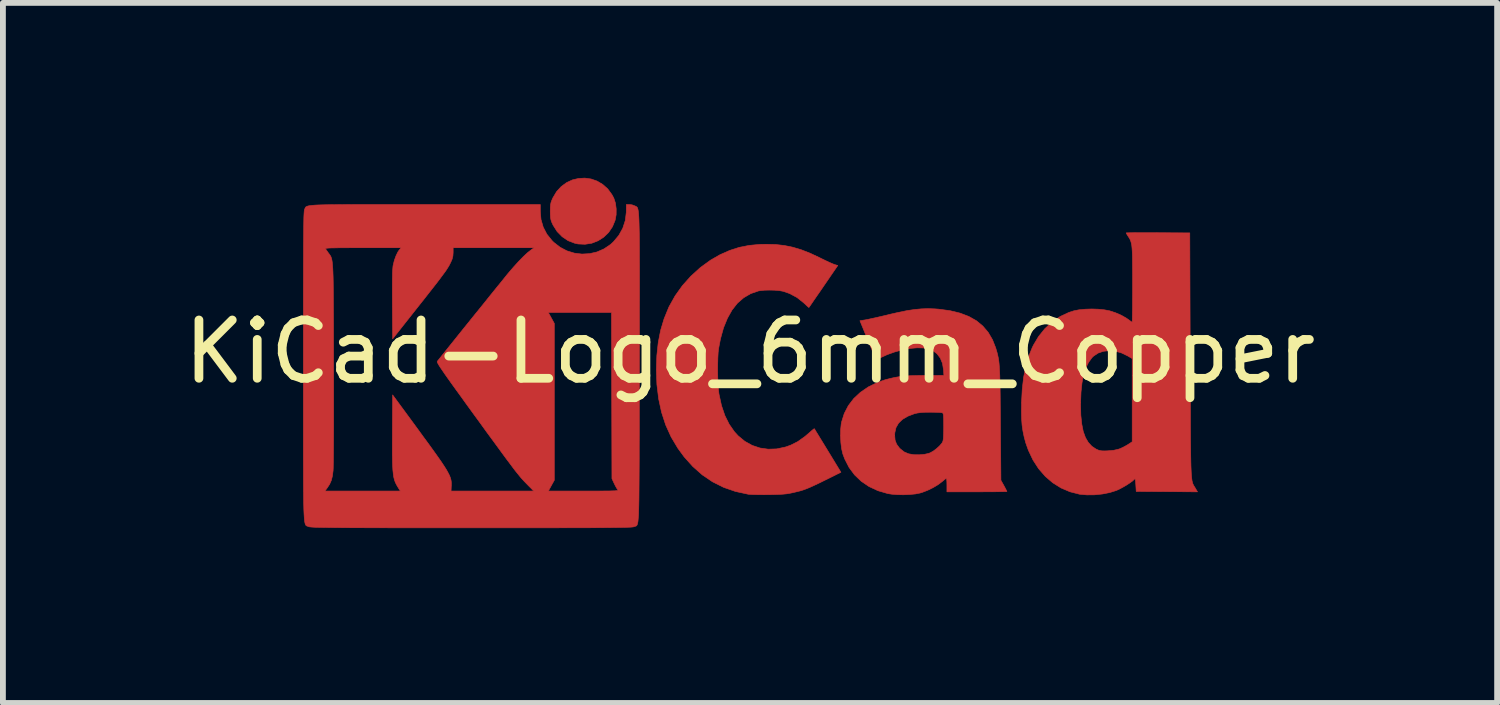
<source format=kicad_pcb>
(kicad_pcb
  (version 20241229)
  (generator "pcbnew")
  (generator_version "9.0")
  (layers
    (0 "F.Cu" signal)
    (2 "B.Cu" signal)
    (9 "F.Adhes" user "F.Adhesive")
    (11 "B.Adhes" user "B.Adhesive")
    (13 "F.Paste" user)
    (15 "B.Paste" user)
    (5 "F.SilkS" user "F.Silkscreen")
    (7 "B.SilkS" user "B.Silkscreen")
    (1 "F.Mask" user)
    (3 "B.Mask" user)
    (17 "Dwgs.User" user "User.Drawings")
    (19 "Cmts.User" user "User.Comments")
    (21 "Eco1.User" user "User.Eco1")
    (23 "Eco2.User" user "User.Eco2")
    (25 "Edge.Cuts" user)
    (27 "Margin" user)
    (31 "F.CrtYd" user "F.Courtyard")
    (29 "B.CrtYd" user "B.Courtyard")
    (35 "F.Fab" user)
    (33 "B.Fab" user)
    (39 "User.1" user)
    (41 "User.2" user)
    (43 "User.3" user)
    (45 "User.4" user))
  (footprint "KiCad-Logo_6mm_Copper"
    (layer "F.Cu")
    (at 9.815 2.984)
    (property "Reference" "KiCad-Logo_6mm_Copper" (at 0 0 0) (layer "F.SilkS") (effects (font (size 1 1) (thickness 0.15))))
    (attr exclude_from_pos_files exclude_from_bom)
    (fp_poly (pts (xy -2.726 -2.964) (xy -2.623 -2.928) (xy -2.527 -2.871) (xy -2.441 -2.795) (xy -2.369 -2.697) (xy -2.336 -2.636) (xy -2.308 -2.55) (xy -2.295 -2.451) (xy -2.296 -2.35) (xy -2.313 -2.257) (xy -2.359 -2.145) (xy -2.425 -2.047) (xy -2.509 -1.966) (xy -2.606 -1.904) (xy -2.714 -1.862) (xy -2.829 -1.844) (xy -2.948 -1.849) (xy -3.007 -1.862) (xy -3.121 -1.906) (xy -3.222 -1.974) (xy -3.309 -2.063) (xy -3.377 -2.171) (xy -3.383 -2.183) (xy -3.403 -2.227) (xy -3.415 -2.265) (xy -3.422 -2.304) (xy -3.425 -2.355) (xy -3.426 -2.41) (xy -3.425 -2.476) (xy -3.421 -2.523) (xy -3.413 -2.562) (xy -3.399 -2.6) (xy -3.382 -2.639) (xy -3.318 -2.747) (xy -3.238 -2.834) (xy -3.147 -2.901) (xy -3.047 -2.948) (xy -2.941 -2.973) (xy -2.833 -2.979) (xy -2.726 -2.964)) (stroke (width 0.01) (type solid)) (fill yes) (layer "F.Cu"))
    (fp_poly (pts (xy 0.44 -1.84) (xy 0.588 -1.823) (xy 0.731 -1.794) (xy 0.876 -1.751) (xy 1.028 -1.692) (xy 1.192 -1.615) (xy 1.222 -1.6) (xy 1.29 -1.567) (xy 1.354 -1.537) (xy 1.408 -1.513) (xy 1.446 -1.498) (xy 1.451 -1.496) (xy 1.506 -1.48) (xy 1.26 -1.121) (xy 1.2 -1.033) (xy 1.144 -0.953) (xy 1.096 -0.883) (xy 1.057 -0.826) (xy 1.029 -0.785) (xy 1.013 -0.763) (xy 1.011 -0.759) (xy 1 -0.767) (xy 0.975 -0.789) (xy 0.939 -0.823) (xy 0.919 -0.841) (xy 0.806 -0.931) (xy 0.679 -0.999) (xy 0.57 -1.037) (xy 0.504 -1.049) (xy 0.422 -1.056) (xy 0.333 -1.058) (xy 0.247 -1.056) (xy 0.173 -1.048) (xy 0.144 -1.043) (xy 0.011 -0.997) (xy -0.108 -0.927) (xy -0.215 -0.834) (xy -0.308 -0.716) (xy -0.387 -0.575) (xy -0.454 -0.411) (xy -0.506 -0.223) (xy -0.537 -0.062) (xy -0.546 0.009) (xy -0.551 0.101) (xy -0.554 0.207) (xy -0.555 0.32) (xy -0.553 0.435) (xy -0.548 0.544) (xy -0.542 0.64) (xy -0.533 0.718) (xy -0.531 0.73) (xy -0.489 0.923) (xy -0.431 1.094) (xy -0.357 1.243) (xy -0.267 1.372) (xy -0.203 1.442) (xy -0.089 1.536) (xy 0.037 1.606) (xy 0.172 1.651) (xy 0.313 1.671) (xy 0.459 1.666) (xy 0.608 1.634) (xy 0.696 1.603) (xy 0.818 1.542) (xy 0.943 1.453) (xy 1.013 1.393) (xy 1.053 1.358) (xy 1.084 1.332) (xy 1.101 1.32) (xy 1.104 1.32) (xy 1.112 1.332) (xy 1.132 1.366) (xy 1.163 1.416) (xy 1.203 1.482) (xy 1.251 1.56) (xy 1.304 1.647) (xy 1.334 1.696) (xy 1.56 2.067) (xy 1.278 2.207) (xy 1.176 2.257) (xy 1.093 2.296) (xy 1.025 2.327) (xy 0.966 2.351) (xy 0.911 2.371) (xy 0.855 2.388) (xy 0.794 2.403) (xy 0.735 2.417) (xy 0.682 2.428) (xy 0.627 2.437) (xy 0.565 2.443) (xy 0.488 2.447) (xy 0.394 2.45) (xy 0.33 2.451) (xy 0.238 2.452) (xy 0.151 2.451) (xy 0.073 2.45) (xy 0.01 2.447) (xy -0.032 2.444) (xy -0.034 2.443) (xy -0.25 2.396) (xy -0.452 2.326) (xy -0.642 2.231) (xy -0.818 2.112) (xy -0.98 1.969) (xy -1.129 1.803) (xy -1.238 1.654) (xy -1.353 1.461) (xy -1.446 1.256) (xy -1.517 1.038) (xy -1.567 0.807) (xy -1.597 0.56) (xy -1.606 0.309) (xy -1.598 0.066) (xy -1.574 -0.158) (xy -1.533 -0.368) (xy -1.474 -0.565) (xy -1.396 -0.756) (xy -1.387 -0.776) (xy -1.284 -0.96) (xy -1.159 -1.135) (xy -1.013 -1.298) (xy -0.851 -1.445) (xy -0.676 -1.572) (xy -0.514 -1.665) (xy -0.349 -1.738) (xy -0.185 -1.791) (xy -0.013 -1.825) (xy 0.171 -1.842) (xy 0.281 -1.844) (xy 0.44 -1.84)) (stroke (width 0.01) (type solid)) (fill yes) (layer "F.Cu"))
    (fp_poly (pts (xy 6.842 -2.043) (xy 6.959 -2.043) (xy 6.999 -2.042) (xy 7.544 -2.039) (xy 7.551 0.055) (xy 7.552 0.339) (xy 7.553 0.597) (xy 7.554 0.83) (xy 7.555 1.039) (xy 7.555 1.227) (xy 7.556 1.393) (xy 7.557 1.54) (xy 7.559 1.669) (xy 7.56 1.782) (xy 7.562 1.879) (xy 7.564 1.961) (xy 7.567 2.031) (xy 7.57 2.09) (xy 7.574 2.138) (xy 7.578 2.177) (xy 7.582 2.209) (xy 7.588 2.235) (xy 7.594 2.257) (xy 7.601 2.274) (xy 7.609 2.29) (xy 7.618 2.305) (xy 7.627 2.32) (xy 7.638 2.337) (xy 7.64 2.341) (xy 7.676 2.403) (xy 7.15 2.399) (xy 6.625 2.396) (xy 6.618 2.28) (xy 6.614 2.225) (xy 6.61 2.193) (xy 6.605 2.18) (xy 6.597 2.183) (xy 6.59 2.19) (xy 6.561 2.217) (xy 6.514 2.251) (xy 6.456 2.289) (xy 6.392 2.326) (xy 6.33 2.359) (xy 6.283 2.38) (xy 6.171 2.415) (xy 6.044 2.44) (xy 5.909 2.454) (xy 5.777 2.455) (xy 5.656 2.444) (xy 5.654 2.444) (xy 5.49 2.402) (xy 5.335 2.336) (xy 5.193 2.247) (xy 5.065 2.137) (xy 4.951 2.006) (xy 4.854 1.856) (xy 4.775 1.689) (xy 4.731 1.565) (xy 4.703 1.462) (xy 4.682 1.361) (xy 4.667 1.258) (xy 4.659 1.146) (xy 4.656 1.019) (xy 4.658 0.915) (xy 5.671 0.915) (xy 5.675 1.089) (xy 5.691 1.239) (xy 5.716 1.366) (xy 5.754 1.471) (xy 5.803 1.555) (xy 5.864 1.621) (xy 5.934 1.668) (xy 5.971 1.685) (xy 6.003 1.695) (xy 6.038 1.7) (xy 6.086 1.701) (xy 6.137 1.699) (xy 6.238 1.69) (xy 6.318 1.672) (xy 6.343 1.664) (xy 6.4 1.638) (xy 6.461 1.605) (xy 6.487 1.589) (xy 6.556 1.544) (xy 6.556 0.117) (xy 6.48 0.072) (xy 6.375 0.021) (xy 6.268 -0.01) (xy 6.162 -0.019) (xy 6.061 -0.008) (xy 5.97 0.023) (xy 5.893 0.075) (xy 5.868 0.099) (xy 5.808 0.181) (xy 5.759 0.279) (xy 5.721 0.396) (xy 5.695 0.533) (xy 5.678 0.692) (xy 5.671 0.876) (xy 5.671 0.915) (xy 4.658 0.915) (xy 4.658 0.872) (xy 4.67 0.646) (xy 4.693 0.442) (xy 4.729 0.258) (xy 4.777 0.089) (xy 4.839 -0.066) (xy 4.861 -0.112) (xy 4.95 -0.262) (xy 5.058 -0.396) (xy 5.182 -0.51) (xy 5.319 -0.604) (xy 5.468 -0.674) (xy 5.557 -0.703) (xy 5.644 -0.72) (xy 5.749 -0.73) (xy 5.863 -0.734) (xy 5.977 -0.73) (xy 6.083 -0.719) (xy 6.167 -0.703) (xy 6.268 -0.67) (xy 6.366 -0.628) (xy 6.451 -0.58) (xy 6.497 -0.548) (xy 6.528 -0.525) (xy 6.55 -0.51) (xy 6.555 -0.508) (xy 6.557 -0.521) (xy 6.558 -0.559) (xy 6.559 -0.619) (xy 6.561 -0.699) (xy 6.562 -0.795) (xy 6.562 -0.906) (xy 6.563 -1.027) (xy 6.563 -1.151) (xy 6.563 -1.31) (xy 6.562 -1.444) (xy 6.561 -1.555) (xy 6.56 -1.647) (xy 6.557 -1.721) (xy 6.553 -1.781) (xy 6.548 -1.829) (xy 6.54 -1.867) (xy 6.531 -1.898) (xy 6.52 -1.925) (xy 6.507 -1.949) (xy 6.49 -1.975) (xy 6.488 -1.978) (xy 6.467 -2.011) (xy 6.455 -2.034) (xy 6.453 -2.039) (xy 6.466 -2.04) (xy 6.504 -2.041) (xy 6.563 -2.042) (xy 6.642 -2.043) (xy 6.735 -2.043) (xy 6.842 -2.043)) (stroke (width 0.01) (type solid)) (fill yes) (layer "F.Cu"))
    (fp_poly (pts (xy 3.168 -0.736) (xy 3.236 -0.731) (xy 3.43 -0.705) (xy 3.603 -0.663) (xy 3.753 -0.606) (xy 3.884 -0.532) (xy 3.994 -0.441) (xy 4.086 -0.333) (xy 4.16 -0.206) (xy 4.214 -0.069) (xy 4.227 -0.025) (xy 4.239 0.016) (xy 4.249 0.057) (xy 4.258 0.099) (xy 4.266 0.145) (xy 4.272 0.196) (xy 4.277 0.257) (xy 4.281 0.327) (xy 4.285 0.411) (xy 4.287 0.509) (xy 4.29 0.624) (xy 4.292 0.759) (xy 4.293 0.915) (xy 4.295 1.095) (xy 4.296 1.236) (xy 4.304 2.204) (xy 4.356 2.297) (xy 4.38 2.342) (xy 4.398 2.377) (xy 4.407 2.395) (xy 4.407 2.396) (xy 4.394 2.398) (xy 4.356 2.399) (xy 4.297 2.4) (xy 4.22 2.401) (xy 4.127 2.402) (xy 4.021 2.402) (xy 3.906 2.403) (xy 3.892 2.403) (xy 3.378 2.403) (xy 3.378 2.286) (xy 3.377 2.233) (xy 3.374 2.193) (xy 3.371 2.171) (xy 3.369 2.169) (xy 3.356 2.178) (xy 3.328 2.2) (xy 3.291 2.231) (xy 3.29 2.231) (xy 3.224 2.281) (xy 3.14 2.331) (xy 3.048 2.376) (xy 2.957 2.411) (xy 2.918 2.423) (xy 2.838 2.439) (xy 2.741 2.448) (xy 2.635 2.453) (xy 2.528 2.451) (xy 2.43 2.443) (xy 2.362 2.432) (xy 2.194 2.383) (xy 2.042 2.312) (xy 1.909 2.222) (xy 1.794 2.112) (xy 1.699 1.984) (xy 1.625 1.839) (xy 1.592 1.751) (xy 1.572 1.665) (xy 1.559 1.562) (xy 1.553 1.451) (xy 1.553 1.435) (xy 2.482 1.435) (xy 2.489 1.517) (xy 2.515 1.586) (xy 2.562 1.649) (xy 2.581 1.668) (xy 2.645 1.718) (xy 2.72 1.75) (xy 2.81 1.766) (xy 2.904 1.767) (xy 2.994 1.759) (xy 3.062 1.744) (xy 3.092 1.733) (xy 3.145 1.703) (xy 3.202 1.66) (xy 3.254 1.612) (xy 3.293 1.566) (xy 3.303 1.549) (xy 3.311 1.526) (xy 3.317 1.488) (xy 3.32 1.433) (xy 3.322 1.357) (xy 3.323 1.284) (xy 3.322 1.199) (xy 3.321 1.138) (xy 3.319 1.096) (xy 3.315 1.07) (xy 3.309 1.055) (xy 3.301 1.048) (xy 3.299 1.046) (xy 3.276 1.043) (xy 3.233 1.04) (xy 3.173 1.038) (xy 3.104 1.037) (xy 3.089 1.037) (xy 2.997 1.038) (xy 2.925 1.043) (xy 2.869 1.051) (xy 2.822 1.062) (xy 2.706 1.106) (xy 2.615 1.16) (xy 2.548 1.225) (xy 2.504 1.302) (xy 2.484 1.391) (xy 2.482 1.435) (xy 1.553 1.435) (xy 1.554 1.342) (xy 1.564 1.245) (xy 1.571 1.205) (xy 1.617 1.059) (xy 1.687 0.924) (xy 1.78 0.802) (xy 1.895 0.695) (xy 2.03 0.603) (xy 2.183 0.528) (xy 2.313 0.482) (xy 2.401 0.459) (xy 2.484 0.44) (xy 2.569 0.426) (xy 2.661 0.416) (xy 2.765 0.41) (xy 2.888 0.407) (xy 2.998 0.406) (xy 3.326 0.405) (xy 3.319 0.307) (xy 3.302 0.2) (xy 3.264 0.108) (xy 3.207 0.033) (xy 3.134 -0.022) (xy 3.07 -0.048) (xy 2.977 -0.065) (xy 2.867 -0.068) (xy 2.745 -0.057) (xy 2.615 -0.033) (xy 2.483 0.003) (xy 2.354 0.049) (xy 2.261 0.092) (xy 2.216 0.114) (xy 2.181 0.129) (xy 2.164 0.135) (xy 2.163 0.135) (xy 2.157 0.121) (xy 2.142 0.086) (xy 2.119 0.032) (xy 2.09 -0.037) (xy 2.056 -0.118) (xy 2.022 -0.201) (xy 1.886 -0.532) (xy 1.983 -0.548) (xy 2.025 -0.556) (xy 2.088 -0.57) (xy 2.167 -0.587) (xy 2.257 -0.608) (xy 2.351 -0.63) (xy 2.389 -0.64) (xy 2.552 -0.677) (xy 2.694 -0.706) (xy 2.822 -0.725) (xy 2.939 -0.736) (xy 3.053 -0.74) (xy 3.168 -0.736)) (stroke (width 0.01) (type solid)) (fill yes) (layer "F.Cu"))
    (fp_poly (pts (xy -5.956 -2.526) (xy -5.691 -2.526) (xy -5.568 -2.526) (xy -3.597 -2.526) (xy -3.597 -2.41) (xy -3.585 -2.269) (xy -3.547 -2.138) (xy -3.485 -2.018) (xy -3.396 -1.907) (xy -3.366 -1.877) (xy -3.258 -1.793) (xy -3.14 -1.731) (xy -3.013 -1.692) (xy -2.883 -1.676) (xy -2.752 -1.683) (xy -2.625 -1.712) (xy -2.504 -1.765) (xy -2.393 -1.84) (xy -2.343 -1.886) (xy -2.25 -1.997) (xy -2.182 -2.12) (xy -2.139 -2.252) (xy -2.122 -2.392) (xy -2.122 -2.406) (xy -2.121 -2.526) (xy -2.068 -2.526) (xy -2.022 -2.52) (xy -1.979 -2.504) (xy -1.976 -2.503) (xy -1.966 -2.498) (xy -1.957 -2.494) (xy -1.949 -2.49) (xy -1.942 -2.485) (xy -1.935 -2.477) (xy -1.929 -2.467) (xy -1.924 -2.451) (xy -1.919 -2.43) (xy -1.915 -2.402) (xy -1.911 -2.366) (xy -1.908 -2.321) (xy -1.905 -2.266) (xy -1.903 -2.199) (xy -1.901 -2.12) (xy -1.899 -2.027) (xy -1.898 -1.919) (xy -1.897 -1.795) (xy -1.897 -1.654) (xy -1.896 -1.495) (xy -1.896 -1.317) (xy -1.896 -1.118) (xy -1.896 -0.897) (xy -1.897 -0.654) (xy -1.897 -0.386) (xy -1.897 -0.094) (xy -1.898 0.224) (xy -1.898 0.263) (xy -1.898 0.584) (xy -1.899 0.878) (xy -1.899 1.147) (xy -1.899 1.392) (xy -1.9 1.614) (xy -1.9 1.814) (xy -1.901 1.994) (xy -1.902 2.154) (xy -1.903 2.296) (xy -1.904 2.421) (xy -1.905 2.529) (xy -1.907 2.623) (xy -1.909 2.702) (xy -1.911 2.769) (xy -1.914 2.825) (xy -1.918 2.87) (xy -1.921 2.906) (xy -1.926 2.934) (xy -1.931 2.954) (xy -1.936 2.969) (xy -1.942 2.979) (xy -1.949 2.986) (xy -1.956 2.99) (xy -1.965 2.993) (xy -1.974 2.995) (xy -1.983 2.999) (xy -1.986 3) (xy -1.993 3.002) (xy -2.006 3.005) (xy -2.025 3.007) (xy -2.051 3.009) (xy -2.085 3.01) (xy -2.129 3.012) (xy -2.184 3.013) (xy -2.25 3.014) (xy -2.329 3.015) (xy -2.422 3.016) (xy -2.53 3.017) (xy -2.654 3.018) (xy -2.795 3.019) (xy -2.955 3.019) (xy -3.134 3.019) (xy -3.333 3.02) (xy -3.554 3.02) (xy -3.798 3.02) (xy -4.066 3.02) (xy -4.358 3.02) (xy -4.677 3.02) (xy -4.78 3.02) (xy -5.106 3.02) (xy -5.405 3.02) (xy -5.679 3.02) (xy -5.929 3.02) (xy -6.156 3.02) (xy -6.361 3.019) (xy -6.545 3.019) (xy -6.71 3.018) (xy -6.856 3.018) (xy -6.984 3.017) (xy -7.097 3.016) (xy -7.194 3.015) (xy -7.277 3.014) (xy -7.347 3.013) (xy -7.405 3.012) (xy -7.453 3.011) (xy -7.491 3.009) (xy -7.52 3.007) (xy -7.542 3.005) (xy -7.558 3.003) (xy -7.569 3.001) (xy -7.574 2.998) (xy -7.585 2.994) (xy -7.594 2.991) (xy -7.603 2.988) (xy -7.611 2.983) (xy -7.618 2.977) (xy -7.624 2.967) (xy -7.63 2.952) (xy -7.635 2.932) (xy -7.64 2.905) (xy -7.644 2.87) (xy -7.647 2.826) (xy -7.65 2.772) (xy -7.653 2.706) (xy -7.655 2.628) (xy -7.657 2.536) (xy -7.658 2.43) (xy -7.658 2.389) (xy -7.292 2.389) (xy -5.997 2.389) (xy -6.022 2.351) (xy -6.046 2.312) (xy -6.067 2.275) (xy -6.085 2.238) (xy -6.099 2.197) (xy -6.111 2.15) (xy -6.119 2.094) (xy -6.126 2.028) (xy -6.13 1.948) (xy -6.133 1.852) (xy -6.135 1.736) (xy -6.135 1.6) (xy -6.134 1.439) (xy -6.134 1.379) (xy -6.13 0.74) (xy -5.725 1.291) (xy -5.611 1.448) (xy -5.511 1.584) (xy -5.426 1.702) (xy -5.354 1.803) (xy -5.294 1.889) (xy -5.245 1.963) (xy -5.206 2.025) (xy -5.177 2.078) (xy -5.154 2.123) (xy -5.139 2.163) (xy -5.129 2.198) (xy -5.124 2.231) (xy -5.123 2.264) (xy -5.123 2.299) (xy -5.124 2.303) (xy -5.128 2.389) (xy -3.709 2.389) (xy -3.814 2.283) (xy -3.843 2.253) (xy -3.87 2.225) (xy -3.897 2.196) (xy -3.925 2.165) (xy -3.955 2.129) (xy -3.988 2.088) (xy -4.026 2.041) (xy -4.069 1.984) (xy -4.119 1.917) (xy -4.178 1.839) (xy -4.245 1.748) (xy -4.323 1.641) (xy -4.413 1.518) (xy -4.516 1.378) (xy -4.632 1.217) (xy -4.728 1.086) (xy -4.848 0.921) (xy -4.952 0.776) (xy -5.043 0.651) (xy -5.12 0.544) (xy -5.184 0.454) (xy -5.237 0.379) (xy -5.279 0.317) (xy -5.312 0.269) (xy -5.336 0.231) (xy -5.352 0.203) (xy -5.362 0.184) (xy -5.365 0.172) (xy -5.364 0.165) (xy -5.351 0.148) (xy -5.322 0.112) (xy -5.279 0.058) (xy -5.225 -0.01) (xy -5.16 -0.091) (xy -5.086 -0.183) (xy -5.006 -0.283) (xy -4.921 -0.389) (xy -4.832 -0.499) (xy -4.742 -0.611) (xy -4.692 -0.673) (xy -3.459 -0.673) (xy -3.408 -0.58) (xy -3.357 -0.487) (xy -3.357 2.204) (xy -3.408 2.296) (xy -3.459 2.389) (xy -2.853 2.389) (xy -2.709 2.389) (xy -2.589 2.389) (xy -2.493 2.388) (xy -2.417 2.388) (xy -2.359 2.386) (xy -2.317 2.385) (xy -2.289 2.382) (xy -2.273 2.379) (xy -2.266 2.375) (xy -2.265 2.37) (xy -2.269 2.365) (xy -2.27 2.365) (xy -2.287 2.34) (xy -2.31 2.299) (xy -2.33 2.258) (xy -2.368 2.176) (xy -2.376 -0.673) (xy -3.459 -0.673) (xy -4.692 -0.673) (xy -4.651 -0.723) (xy -4.563 -0.832) (xy -4.479 -0.937) (xy -4.4 -1.035) (xy -4.328 -1.124) (xy -4.264 -1.202) (xy -4.212 -1.267) (xy -4.172 -1.317) (xy -4.148 -1.346) (xy -4.056 -1.453) (xy -3.968 -1.55) (xy -3.886 -1.634) (xy -3.814 -1.701) (xy -3.763 -1.741) (xy -3.703 -1.785) (xy -5.092 -1.785) (xy -5.092 -1.703) (xy -5.096 -1.643) (xy -5.11 -1.588) (xy -5.133 -1.535) (xy -5.148 -1.505) (xy -5.163 -1.476) (xy -5.182 -1.445) (xy -5.204 -1.41) (xy -5.232 -1.369) (xy -5.267 -1.322) (xy -5.31 -1.264) (xy -5.362 -1.195) (xy -5.426 -1.113) (xy -5.503 -1.015) (xy -5.593 -0.9) (xy -5.7 -0.765) (xy -5.712 -0.75) (xy -6.13 -0.221) (xy -6.134 -0.807) (xy -6.135 -0.983) (xy -6.135 -1.131) (xy -6.134 -1.254) (xy -6.132 -1.35) (xy -6.128 -1.421) (xy -6.124 -1.467) (xy -6.123 -1.475) (xy -6.101 -1.567) (xy -6.071 -1.649) (xy -6.038 -1.716) (xy -6.018 -1.744) (xy -5.984 -1.785) (xy -6.638 -1.785) (xy -6.794 -1.785) (xy -6.924 -1.784) (xy -7.031 -1.784) (xy -7.116 -1.782) (xy -7.182 -1.781) (xy -7.229 -1.779) (xy -7.26 -1.776) (xy -7.277 -1.773) (xy -7.282 -1.769) (xy -7.282 -1.768) (xy -7.268 -1.747) (xy -7.245 -1.714) (xy -7.233 -1.697) (xy -7.22 -1.68) (xy -7.209 -1.665) (xy -7.199 -1.65) (xy -7.19 -1.635) (xy -7.183 -1.616) (xy -7.176 -1.593) (xy -7.17 -1.565) (xy -7.165 -1.53) (xy -7.161 -1.486) (xy -7.157 -1.432) (xy -7.154 -1.367) (xy -7.151 -1.288) (xy -7.149 -1.196) (xy -7.148 -1.087) (xy -7.147 -0.961) (xy -7.146 -0.816) (xy -7.145 -0.651) (xy -7.144 -0.464) (xy -7.144 -0.253) (xy -7.143 -0.018) (xy -7.143 0.198) (xy -7.142 0.439) (xy -7.142 0.668) (xy -7.142 0.885) (xy -7.142 1.089) (xy -7.142 1.276) (xy -7.143 1.447) (xy -7.144 1.6) (xy -7.145 1.732) (xy -7.146 1.844) (xy -7.148 1.932) (xy -7.149 1.996) (xy -7.151 2.035) (xy -7.151 2.039) (xy -7.163 2.132) (xy -7.182 2.207) (xy -7.211 2.273) (xy -7.253 2.337) (xy -7.258 2.344) (xy -7.292 2.389) (xy -7.658 2.389) (xy -7.659 2.307) (xy -7.66 2.168) (xy -7.66 2.011) (xy -7.661 1.834) (xy -7.661 1.636) (xy -7.661 1.418) (xy -7.661 1.176) (xy -7.661 0.911) (xy -7.661 0.62) (xy -7.661 0.304) (xy -7.661 0.241) (xy -7.661 -0.079) (xy -7.661 -0.372) (xy -7.661 -0.641) (xy -7.661 -0.885) (xy -7.661 -1.106) (xy -7.66 -1.305) (xy -7.66 -1.484) (xy -7.659 -1.643) (xy -7.659 -1.784) (xy -7.658 -1.907) (xy -7.657 -2.015) (xy -7.656 -2.107) (xy -7.655 -2.185) (xy -7.654 -2.25) (xy -7.653 -2.304) (xy -7.651 -2.347) (xy -7.649 -2.381) (xy -7.647 -2.406) (xy -7.645 -2.425) (xy -7.643 -2.437) (xy -7.64 -2.444) (xy -7.64 -2.444) (xy -7.635 -2.455) (xy -7.631 -2.466) (xy -7.626 -2.475) (xy -7.62 -2.483) (xy -7.61 -2.49) (xy -7.596 -2.496) (xy -7.576 -2.502) (xy -7.549 -2.507) (xy -7.514 -2.511) (xy -7.469 -2.515) (xy -7.413 -2.518) (xy -7.345 -2.52) (xy -7.263 -2.522) (xy -7.166 -2.523) (xy -7.052 -2.524) (xy -6.921 -2.525) (xy -6.771 -2.526) (xy -6.601 -2.526) (xy -6.409 -2.526) (xy -6.195 -2.526) (xy -5.956 -2.526)) (stroke (width 0.01) (type solid)) (fill yes) (layer "F.Cu")))
  (gr_rect
    (start -3 -3)
    (end 22.631 9.009)
    (stroke (width 0.1) (type default))
    (fill no)
    (layer "Edge.Cuts")))
</source>
